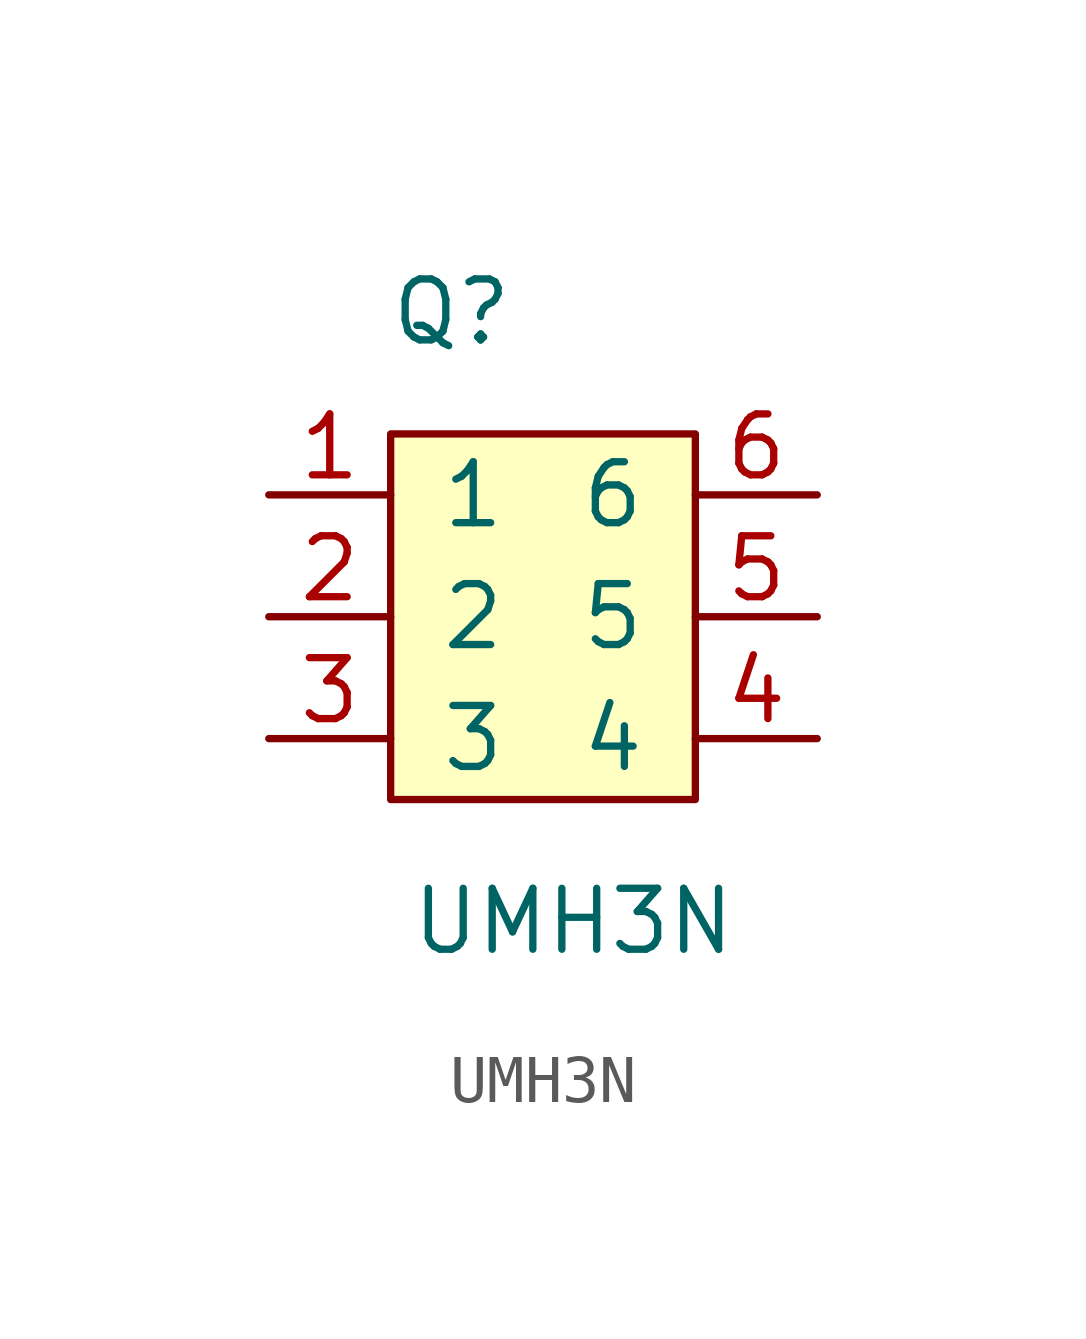
<source format=kicad_sym>
(kicad_symbol_lib
  (version 20231120)
  (generator "kicad_symbol_editor")
  (generator_version "8.0")
  (symbol "UMH3N"
    (pin_names
      (offset 1.016))
    (property "Reference" "Q"
      (at -1.27 6.35 0)
      (effects (font (size 1.27 1.27))))
    (property "Value" "UMH3N"
      (at 1.27 -6.35 0)
      (effects (font (size 1.27 1.27))))
    (symbol "UMH3N_0_1"
      (rectangle (start 3.81 3.81) (end -2.54 -3.81) (stroke (width 0) (type default)) (fill (type background))))
    (symbol "UMH3N_1_1"
      (pin output line (at -5.08 2.54 0) (length 2.54) (name "1" (effects (font (size 1.27 1.27)))) (number "1" (effects (font (size 1.27 1.27)))))
      (pin output line (at -5.08 0 0) (length 2.54) (name "2" (effects (font (size 1.27 1.27)))) (number "2" (effects (font (size 1.27 1.27)))))
      (pin output line (at -5.08 -2.54 0) (length 2.54) (name "3" (effects (font (size 1.27 1.27)))) (number "3" (effects (font (size 1.27 1.27)))))
      (pin output line (at 6.35 -2.54 180) (length 2.54) (name "4" (effects (font (size 1.27 1.27)))) (number "4" (effects (font (size 1.27 1.27)))))
      (pin output line (at 6.35 0 180) (length 2.54) (name "5" (effects (font (size 1.27 1.27)))) (number "5" (effects (font (size 1.27 1.27)))))
      (pin output line (at 6.35 2.54 180) (length 2.54) (name "6" (effects (font (size 1.27 1.27)))) (number "6" (effects (font (size 1.27 1.27))))))))
</source>
